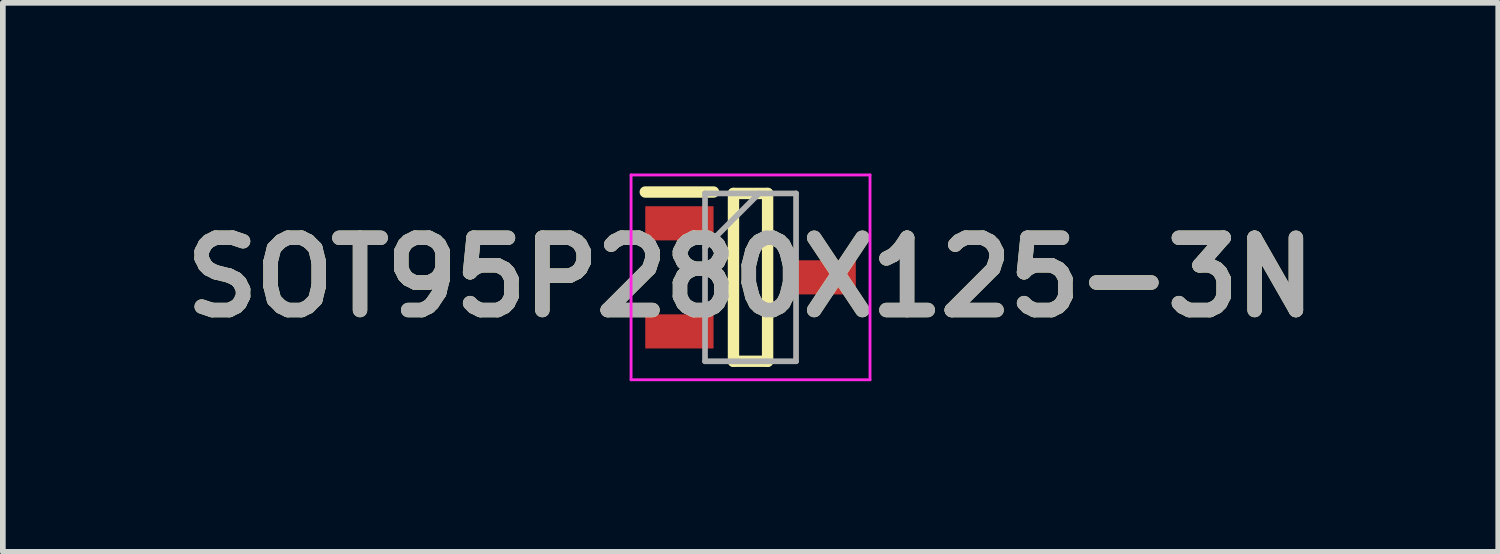
<source format=kicad_pcb>
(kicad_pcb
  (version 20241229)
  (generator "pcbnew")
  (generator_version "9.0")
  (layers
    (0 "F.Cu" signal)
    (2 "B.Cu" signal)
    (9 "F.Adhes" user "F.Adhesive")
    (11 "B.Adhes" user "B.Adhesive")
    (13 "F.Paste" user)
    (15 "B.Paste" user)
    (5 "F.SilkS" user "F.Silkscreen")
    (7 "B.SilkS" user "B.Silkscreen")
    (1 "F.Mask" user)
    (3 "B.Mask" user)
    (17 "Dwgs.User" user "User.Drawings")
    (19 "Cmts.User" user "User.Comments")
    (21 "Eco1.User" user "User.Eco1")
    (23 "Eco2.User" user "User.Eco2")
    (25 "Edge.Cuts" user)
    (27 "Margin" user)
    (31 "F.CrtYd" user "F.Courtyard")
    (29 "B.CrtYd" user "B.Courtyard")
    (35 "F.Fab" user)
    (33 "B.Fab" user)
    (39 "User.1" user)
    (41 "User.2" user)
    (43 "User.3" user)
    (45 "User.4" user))
  (footprint "SOT95P280X125-3N"
    (layer "F.Cu")
    (at 10.142 1.825)
    (property "Reference" "SOT95P280X125-3N" (at 0 0 0) (layer "F.SilkS") (effects (font (size 1.27 1.27) (thickness 0.254))))
    (attr smd)
    (fp_line (start -1.85 -1.5) (end -0.65 -1.5) (stroke (width 0.2) (type solid)) (layer "F.SilkS"))
    (fp_line (start -0.3 -1.475) (end 0.3 -1.475) (stroke (width 0.2) (type solid)) (layer "F.SilkS"))
    (fp_line (start -0.3 1.475) (end -0.3 -1.475) (stroke (width 0.2) (type solid)) (layer "F.SilkS"))
    (fp_line (start 0.3 -1.475) (end 0.3 1.475) (stroke (width 0.2) (type solid)) (layer "F.SilkS"))
    (fp_line (start 0.3 1.475) (end -0.3 1.475) (stroke (width 0.2) (type solid)) (layer "F.SilkS"))
    (fp_line (start -2.1 -1.8) (end 2.1 -1.8) (stroke (width 0.05) (type solid)) (layer "F.CrtYd"))
    (fp_line (start -2.1 1.8) (end -2.1 -1.8) (stroke (width 0.05) (type solid)) (layer "F.CrtYd"))
    (fp_line (start 2.1 -1.8) (end 2.1 1.8) (stroke (width 0.05) (type solid)) (layer "F.CrtYd"))
    (fp_line (start 2.1 1.8) (end -2.1 1.8) (stroke (width 0.05) (type solid)) (layer "F.CrtYd"))
    (fp_line (start -0.8 -1.475) (end 0.8 -1.475) (stroke (width 0.1) (type solid)) (layer "F.Fab"))
    (fp_line (start -0.8 -0.525) (end 0.15 -1.475) (stroke (width 0.1) (type solid)) (layer "F.Fab"))
    (fp_line (start -0.8 1.475) (end -0.8 -1.475) (stroke (width 0.1) (type solid)) (layer "F.Fab"))
    (fp_line (start 0.8 -1.475) (end 0.8 1.475) (stroke (width 0.1) (type solid)) (layer "F.Fab"))
    (fp_line (start 0.8 1.475) (end -0.8 1.475) (stroke (width 0.1) (type solid)) (layer "F.Fab"))
    (fp_text user "${REFERENCE}" (at 0 0 0) (layer "F.Fab") (effects (font (size 1.27 1.27) (thickness 0.254))))
    (pad "1" smd rect (at -1.25 -0.95 90) (size 0.6 1.2) (layers "F.Cu" "F.Mask" "F.Paste"))
    (pad "2" smd rect (at -1.25 0.95 90) (size 0.6 1.2) (layers "F.Cu" "F.Mask" "F.Paste"))
    (pad "3" smd rect (at 1.25 0 90) (size 0.6 1.2) (layers "F.Cu" "F.Mask" "F.Paste")))
  (gr_rect
    (start -3 -3)
    (end 23.284 6.65)
    (stroke (width 0.1) (type default))
    (fill no)
    (layer "Edge.Cuts")))
</source>
